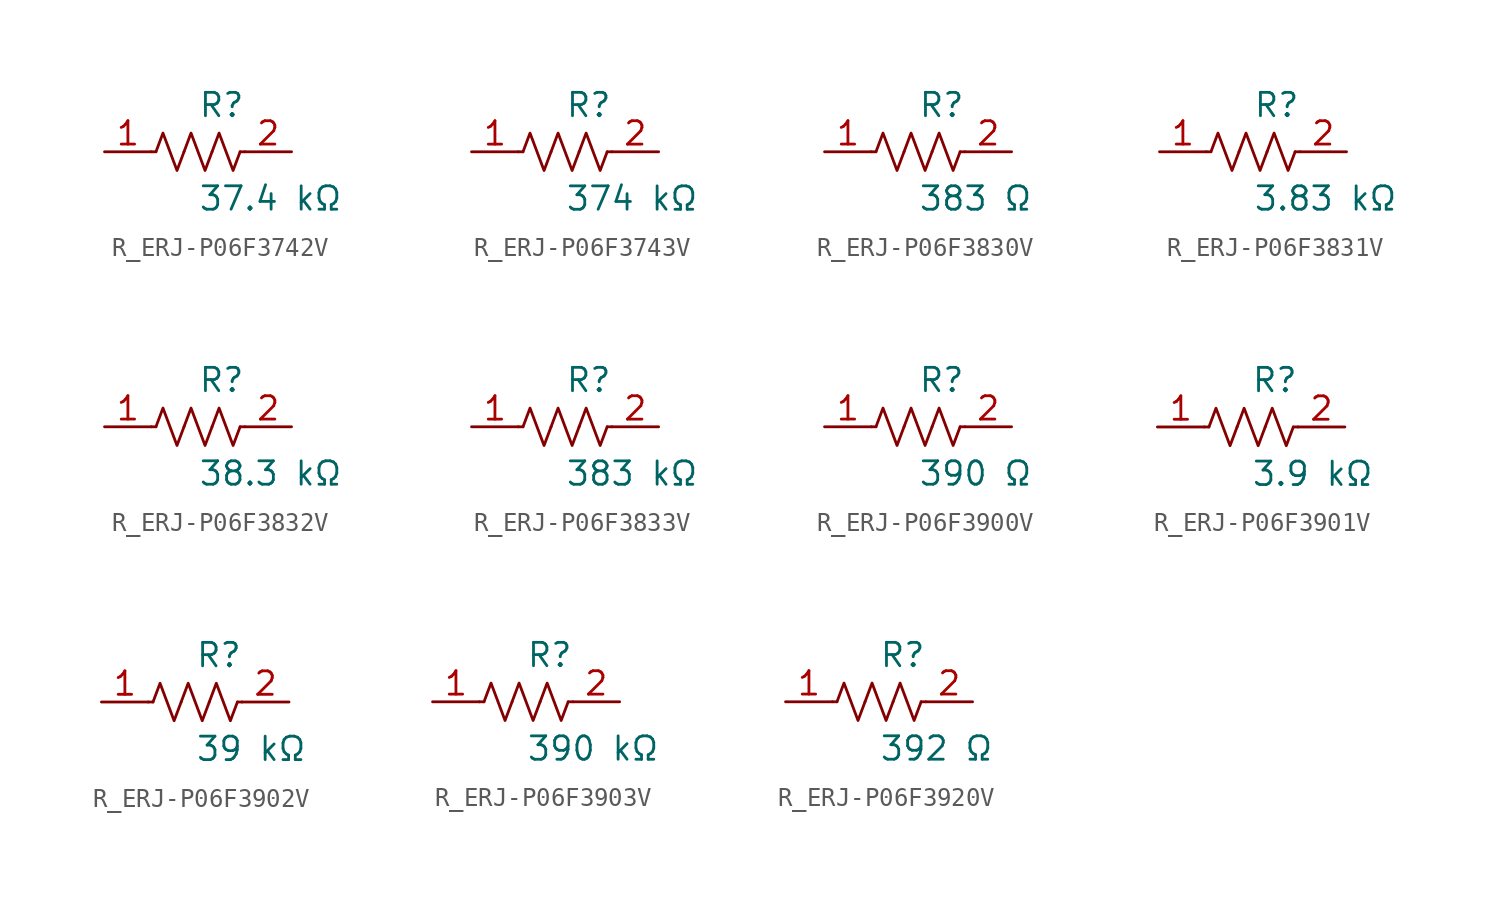
<source format=kicad_sym>
(kicad_symbol_lib
  (version 20231120)
  (generator kicad_symbol_editor)
  (generator_version 8.0)
  (symbol "R_ERJ-P06F3742V"
    (pin_names
      (offset 0.254))
    (property "Reference" "R"
      (at 0 2.54 0)
      (effects (font (size 1.27 1.27)) (justify left)))
    (property "Value" "37.4 kΩ"
      (at 0 -2.54 0)
      (effects (font (size 1.27 1.27)) (justify left)))
    (symbol "R_ERJ-P06F3742V_0_1"
      (polyline (pts (xy 2.286 0) (xy 2.54 0)) (stroke (width 0) (type default)) (fill (type none)))
      (polyline (pts (xy -2.286 0) (xy -2.54 0)) (stroke (width 0) (type default)) (fill (type none)))
      (polyline (pts (xy 0.762 0) (xy 1.143 1.016) (xy 1.524 0) (xy 1.905 -1.016) (xy 2.286 0)) (stroke (width 0) (type default)) (fill (type none)))
      (polyline (pts (xy -0.762 0) (xy -0.381 1.016) (xy 0 0) (xy 0.381 -1.016) (xy 0.762 0)) (stroke (width 0) (type default)) (fill (type none)))
      (polyline (pts (xy -2.286 0) (xy -1.905 1.016) (xy -1.524 0) (xy -1.143 -1.016) (xy -0.762 0)) (stroke (width 0) (type default)) (fill (type none))))
    (pin passive line
      (at -5.08 0 0)
      (length 2.54)
      (name "" (effects (font (size 1.27 1.27))))
      (number "1" (effects (font (size 1.27 1.27)))))
    (pin passive line
      (at 5.08 0 180)
      (length 2.54)
      (name "" (effects (font (size 1.27 1.27))))
      (number "2" (effects (font (size 1.27 1.27))))))
  (symbol "R_ERJ-P06F3743V"
    (pin_names
      (offset 0.254))
    (property "Reference" "R"
      (at 0 2.54 0)
      (effects (font (size 1.27 1.27)) (justify left)))
    (property "Value" "374 kΩ"
      (at 0 -2.54 0)
      (effects (font (size 1.27 1.27)) (justify left)))
    (symbol "R_ERJ-P06F3743V_0_1"
      (polyline (pts (xy 2.286 0) (xy 2.54 0)) (stroke (width 0) (type default)) (fill (type none)))
      (polyline (pts (xy -2.286 0) (xy -2.54 0)) (stroke (width 0) (type default)) (fill (type none)))
      (polyline (pts (xy 0.762 0) (xy 1.143 1.016) (xy 1.524 0) (xy 1.905 -1.016) (xy 2.286 0)) (stroke (width 0) (type default)) (fill (type none)))
      (polyline (pts (xy -0.762 0) (xy -0.381 1.016) (xy 0 0) (xy 0.381 -1.016) (xy 0.762 0)) (stroke (width 0) (type default)) (fill (type none)))
      (polyline (pts (xy -2.286 0) (xy -1.905 1.016) (xy -1.524 0) (xy -1.143 -1.016) (xy -0.762 0)) (stroke (width 0) (type default)) (fill (type none))))
    (pin passive line
      (at -5.08 0 0)
      (length 2.54)
      (name "" (effects (font (size 1.27 1.27))))
      (number "1" (effects (font (size 1.27 1.27)))))
    (pin passive line
      (at 5.08 0 180)
      (length 2.54)
      (name "" (effects (font (size 1.27 1.27))))
      (number "2" (effects (font (size 1.27 1.27))))))
  (symbol "R_ERJ-P06F3830V"
    (pin_names
      (offset 0.254))
    (property "Reference" "R"
      (at 0 2.54 0)
      (effects (font (size 1.27 1.27)) (justify left)))
    (property "Value" "383 Ω"
      (at 0 -2.54 0)
      (effects (font (size 1.27 1.27)) (justify left)))
    (symbol "R_ERJ-P06F3830V_0_1"
      (polyline (pts (xy 2.286 0) (xy 2.54 0)) (stroke (width 0) (type default)) (fill (type none)))
      (polyline (pts (xy -2.286 0) (xy -2.54 0)) (stroke (width 0) (type default)) (fill (type none)))
      (polyline (pts (xy 0.762 0) (xy 1.143 1.016) (xy 1.524 0) (xy 1.905 -1.016) (xy 2.286 0)) (stroke (width 0) (type default)) (fill (type none)))
      (polyline (pts (xy -0.762 0) (xy -0.381 1.016) (xy 0 0) (xy 0.381 -1.016) (xy 0.762 0)) (stroke (width 0) (type default)) (fill (type none)))
      (polyline (pts (xy -2.286 0) (xy -1.905 1.016) (xy -1.524 0) (xy -1.143 -1.016) (xy -0.762 0)) (stroke (width 0) (type default)) (fill (type none))))
    (pin passive line
      (at -5.08 0 0)
      (length 2.54)
      (name "" (effects (font (size 1.27 1.27))))
      (number "1" (effects (font (size 1.27 1.27)))))
    (pin passive line
      (at 5.08 0 180)
      (length 2.54)
      (name "" (effects (font (size 1.27 1.27))))
      (number "2" (effects (font (size 1.27 1.27))))))
  (symbol "R_ERJ-P06F3831V"
    (pin_names
      (offset 0.254))
    (property "Reference" "R"
      (at 0 2.54 0)
      (effects (font (size 1.27 1.27)) (justify left)))
    (property "Value" "3.83 kΩ"
      (at 0 -2.54 0)
      (effects (font (size 1.27 1.27)) (justify left)))
    (symbol "R_ERJ-P06F3831V_0_1"
      (polyline (pts (xy 2.286 0) (xy 2.54 0)) (stroke (width 0) (type default)) (fill (type none)))
      (polyline (pts (xy -2.286 0) (xy -2.54 0)) (stroke (width 0) (type default)) (fill (type none)))
      (polyline (pts (xy 0.762 0) (xy 1.143 1.016) (xy 1.524 0) (xy 1.905 -1.016) (xy 2.286 0)) (stroke (width 0) (type default)) (fill (type none)))
      (polyline (pts (xy -0.762 0) (xy -0.381 1.016) (xy 0 0) (xy 0.381 -1.016) (xy 0.762 0)) (stroke (width 0) (type default)) (fill (type none)))
      (polyline (pts (xy -2.286 0) (xy -1.905 1.016) (xy -1.524 0) (xy -1.143 -1.016) (xy -0.762 0)) (stroke (width 0) (type default)) (fill (type none))))
    (pin passive line
      (at -5.08 0 0)
      (length 2.54)
      (name "" (effects (font (size 1.27 1.27))))
      (number "1" (effects (font (size 1.27 1.27)))))
    (pin passive line
      (at 5.08 0 180)
      (length 2.54)
      (name "" (effects (font (size 1.27 1.27))))
      (number "2" (effects (font (size 1.27 1.27))))))
  (symbol "R_ERJ-P06F3832V"
    (pin_names
      (offset 0.254))
    (property "Reference" "R"
      (at 0 2.54 0)
      (effects (font (size 1.27 1.27)) (justify left)))
    (property "Value" "38.3 kΩ"
      (at 0 -2.54 0)
      (effects (font (size 1.27 1.27)) (justify left)))
    (symbol "R_ERJ-P06F3832V_0_1"
      (polyline (pts (xy 2.286 0) (xy 2.54 0)) (stroke (width 0) (type default)) (fill (type none)))
      (polyline (pts (xy -2.286 0) (xy -2.54 0)) (stroke (width 0) (type default)) (fill (type none)))
      (polyline (pts (xy 0.762 0) (xy 1.143 1.016) (xy 1.524 0) (xy 1.905 -1.016) (xy 2.286 0)) (stroke (width 0) (type default)) (fill (type none)))
      (polyline (pts (xy -0.762 0) (xy -0.381 1.016) (xy 0 0) (xy 0.381 -1.016) (xy 0.762 0)) (stroke (width 0) (type default)) (fill (type none)))
      (polyline (pts (xy -2.286 0) (xy -1.905 1.016) (xy -1.524 0) (xy -1.143 -1.016) (xy -0.762 0)) (stroke (width 0) (type default)) (fill (type none))))
    (pin passive line
      (at -5.08 0 0)
      (length 2.54)
      (name "" (effects (font (size 1.27 1.27))))
      (number "1" (effects (font (size 1.27 1.27)))))
    (pin passive line
      (at 5.08 0 180)
      (length 2.54)
      (name "" (effects (font (size 1.27 1.27))))
      (number "2" (effects (font (size 1.27 1.27))))))
  (symbol "R_ERJ-P06F3833V"
    (pin_names
      (offset 0.254))
    (property "Reference" "R"
      (at 0 2.54 0)
      (effects (font (size 1.27 1.27)) (justify left)))
    (property "Value" "383 kΩ"
      (at 0 -2.54 0)
      (effects (font (size 1.27 1.27)) (justify left)))
    (symbol "R_ERJ-P06F3833V_0_1"
      (polyline (pts (xy 2.286 0) (xy 2.54 0)) (stroke (width 0) (type default)) (fill (type none)))
      (polyline (pts (xy -2.286 0) (xy -2.54 0)) (stroke (width 0) (type default)) (fill (type none)))
      (polyline (pts (xy 0.762 0) (xy 1.143 1.016) (xy 1.524 0) (xy 1.905 -1.016) (xy 2.286 0)) (stroke (width 0) (type default)) (fill (type none)))
      (polyline (pts (xy -0.762 0) (xy -0.381 1.016) (xy 0 0) (xy 0.381 -1.016) (xy 0.762 0)) (stroke (width 0) (type default)) (fill (type none)))
      (polyline (pts (xy -2.286 0) (xy -1.905 1.016) (xy -1.524 0) (xy -1.143 -1.016) (xy -0.762 0)) (stroke (width 0) (type default)) (fill (type none))))
    (pin passive line
      (at -5.08 0 0)
      (length 2.54)
      (name "" (effects (font (size 1.27 1.27))))
      (number "1" (effects (font (size 1.27 1.27)))))
    (pin passive line
      (at 5.08 0 180)
      (length 2.54)
      (name "" (effects (font (size 1.27 1.27))))
      (number "2" (effects (font (size 1.27 1.27))))))
  (symbol "R_ERJ-P06F3900V"
    (pin_names
      (offset 0.254))
    (property "Reference" "R"
      (at 0 2.54 0)
      (effects (font (size 1.27 1.27)) (justify left)))
    (property "Value" "390 Ω"
      (at 0 -2.54 0)
      (effects (font (size 1.27 1.27)) (justify left)))
    (symbol "R_ERJ-P06F3900V_0_1"
      (polyline (pts (xy 2.286 0) (xy 2.54 0)) (stroke (width 0) (type default)) (fill (type none)))
      (polyline (pts (xy -2.286 0) (xy -2.54 0)) (stroke (width 0) (type default)) (fill (type none)))
      (polyline (pts (xy 0.762 0) (xy 1.143 1.016) (xy 1.524 0) (xy 1.905 -1.016) (xy 2.286 0)) (stroke (width 0) (type default)) (fill (type none)))
      (polyline (pts (xy -0.762 0) (xy -0.381 1.016) (xy 0 0) (xy 0.381 -1.016) (xy 0.762 0)) (stroke (width 0) (type default)) (fill (type none)))
      (polyline (pts (xy -2.286 0) (xy -1.905 1.016) (xy -1.524 0) (xy -1.143 -1.016) (xy -0.762 0)) (stroke (width 0) (type default)) (fill (type none))))
    (pin passive line
      (at -5.08 0 0)
      (length 2.54)
      (name "" (effects (font (size 1.27 1.27))))
      (number "1" (effects (font (size 1.27 1.27)))))
    (pin passive line
      (at 5.08 0 180)
      (length 2.54)
      (name "" (effects (font (size 1.27 1.27))))
      (number "2" (effects (font (size 1.27 1.27))))))
  (symbol "R_ERJ-P06F3901V"
    (pin_names
      (offset 0.254))
    (property "Reference" "R"
      (at 0 2.54 0)
      (effects (font (size 1.27 1.27)) (justify left)))
    (property "Value" "3.9 kΩ"
      (at 0 -2.54 0)
      (effects (font (size 1.27 1.27)) (justify left)))
    (symbol "R_ERJ-P06F3901V_0_1"
      (polyline (pts (xy 2.286 0) (xy 2.54 0)) (stroke (width 0) (type default)) (fill (type none)))
      (polyline (pts (xy -2.286 0) (xy -2.54 0)) (stroke (width 0) (type default)) (fill (type none)))
      (polyline (pts (xy 0.762 0) (xy 1.143 1.016) (xy 1.524 0) (xy 1.905 -1.016) (xy 2.286 0)) (stroke (width 0) (type default)) (fill (type none)))
      (polyline (pts (xy -0.762 0) (xy -0.381 1.016) (xy 0 0) (xy 0.381 -1.016) (xy 0.762 0)) (stroke (width 0) (type default)) (fill (type none)))
      (polyline (pts (xy -2.286 0) (xy -1.905 1.016) (xy -1.524 0) (xy -1.143 -1.016) (xy -0.762 0)) (stroke (width 0) (type default)) (fill (type none))))
    (pin passive line
      (at -5.08 0 0)
      (length 2.54)
      (name "" (effects (font (size 1.27 1.27))))
      (number "1" (effects (font (size 1.27 1.27)))))
    (pin passive line
      (at 5.08 0 180)
      (length 2.54)
      (name "" (effects (font (size 1.27 1.27))))
      (number "2" (effects (font (size 1.27 1.27))))))
  (symbol "R_ERJ-P06F3902V"
    (pin_names
      (offset 0.254))
    (property "Reference" "R"
      (at 0 2.54 0)
      (effects (font (size 1.27 1.27)) (justify left)))
    (property "Value" "39 kΩ"
      (at 0 -2.54 0)
      (effects (font (size 1.27 1.27)) (justify left)))
    (symbol "R_ERJ-P06F3902V_0_1"
      (polyline (pts (xy 2.286 0) (xy 2.54 0)) (stroke (width 0) (type default)) (fill (type none)))
      (polyline (pts (xy -2.286 0) (xy -2.54 0)) (stroke (width 0) (type default)) (fill (type none)))
      (polyline (pts (xy 0.762 0) (xy 1.143 1.016) (xy 1.524 0) (xy 1.905 -1.016) (xy 2.286 0)) (stroke (width 0) (type default)) (fill (type none)))
      (polyline (pts (xy -0.762 0) (xy -0.381 1.016) (xy 0 0) (xy 0.381 -1.016) (xy 0.762 0)) (stroke (width 0) (type default)) (fill (type none)))
      (polyline (pts (xy -2.286 0) (xy -1.905 1.016) (xy -1.524 0) (xy -1.143 -1.016) (xy -0.762 0)) (stroke (width 0) (type default)) (fill (type none))))
    (pin passive line
      (at -5.08 0 0)
      (length 2.54)
      (name "" (effects (font (size 1.27 1.27))))
      (number "1" (effects (font (size 1.27 1.27)))))
    (pin passive line
      (at 5.08 0 180)
      (length 2.54)
      (name "" (effects (font (size 1.27 1.27))))
      (number "2" (effects (font (size 1.27 1.27))))))
  (symbol "R_ERJ-P06F3903V"
    (pin_names
      (offset 0.254))
    (property "Reference" "R"
      (at 0 2.54 0)
      (effects (font (size 1.27 1.27)) (justify left)))
    (property "Value" "390 kΩ"
      (at 0 -2.54 0)
      (effects (font (size 1.27 1.27)) (justify left)))
    (symbol "R_ERJ-P06F3903V_0_1"
      (polyline (pts (xy 2.286 0) (xy 2.54 0)) (stroke (width 0) (type default)) (fill (type none)))
      (polyline (pts (xy -2.286 0) (xy -2.54 0)) (stroke (width 0) (type default)) (fill (type none)))
      (polyline (pts (xy 0.762 0) (xy 1.143 1.016) (xy 1.524 0) (xy 1.905 -1.016) (xy 2.286 0)) (stroke (width 0) (type default)) (fill (type none)))
      (polyline (pts (xy -0.762 0) (xy -0.381 1.016) (xy 0 0) (xy 0.381 -1.016) (xy 0.762 0)) (stroke (width 0) (type default)) (fill (type none)))
      (polyline (pts (xy -2.286 0) (xy -1.905 1.016) (xy -1.524 0) (xy -1.143 -1.016) (xy -0.762 0)) (stroke (width 0) (type default)) (fill (type none))))
    (pin passive line
      (at -5.08 0 0)
      (length 2.54)
      (name "" (effects (font (size 1.27 1.27))))
      (number "1" (effects (font (size 1.27 1.27)))))
    (pin passive line
      (at 5.08 0 180)
      (length 2.54)
      (name "" (effects (font (size 1.27 1.27))))
      (number "2" (effects (font (size 1.27 1.27))))))
  (symbol "R_ERJ-P06F3920V"
    (pin_names
      (offset 0.254))
    (property "Reference" "R"
      (at 0 2.54 0)
      (effects (font (size 1.27 1.27)) (justify left)))
    (property "Value" "392 Ω"
      (at 0 -2.54 0)
      (effects (font (size 1.27 1.27)) (justify left)))
    (symbol "R_ERJ-P06F3920V_0_1"
      (polyline (pts (xy 2.286 0) (xy 2.54 0)) (stroke (width 0) (type default)) (fill (type none)))
      (polyline (pts (xy -2.286 0) (xy -2.54 0)) (stroke (width 0) (type default)) (fill (type none)))
      (polyline (pts (xy 0.762 0) (xy 1.143 1.016) (xy 1.524 0) (xy 1.905 -1.016) (xy 2.286 0)) (stroke (width 0) (type default)) (fill (type none)))
      (polyline (pts (xy -0.762 0) (xy -0.381 1.016) (xy 0 0) (xy 0.381 -1.016) (xy 0.762 0)) (stroke (width 0) (type default)) (fill (type none)))
      (polyline (pts (xy -2.286 0) (xy -1.905 1.016) (xy -1.524 0) (xy -1.143 -1.016) (xy -0.762 0)) (stroke (width 0) (type default)) (fill (type none))))
    (pin passive line
      (at -5.08 0 0)
      (length 2.54)
      (name "" (effects (font (size 1.27 1.27))))
      (number "1" (effects (font (size 1.27 1.27)))))
    (pin passive line
      (at 5.08 0 180)
      (length 2.54)
      (name "" (effects (font (size 1.27 1.27))))
      (number "2" (effects (font (size 1.27 1.27)))))))
</source>
